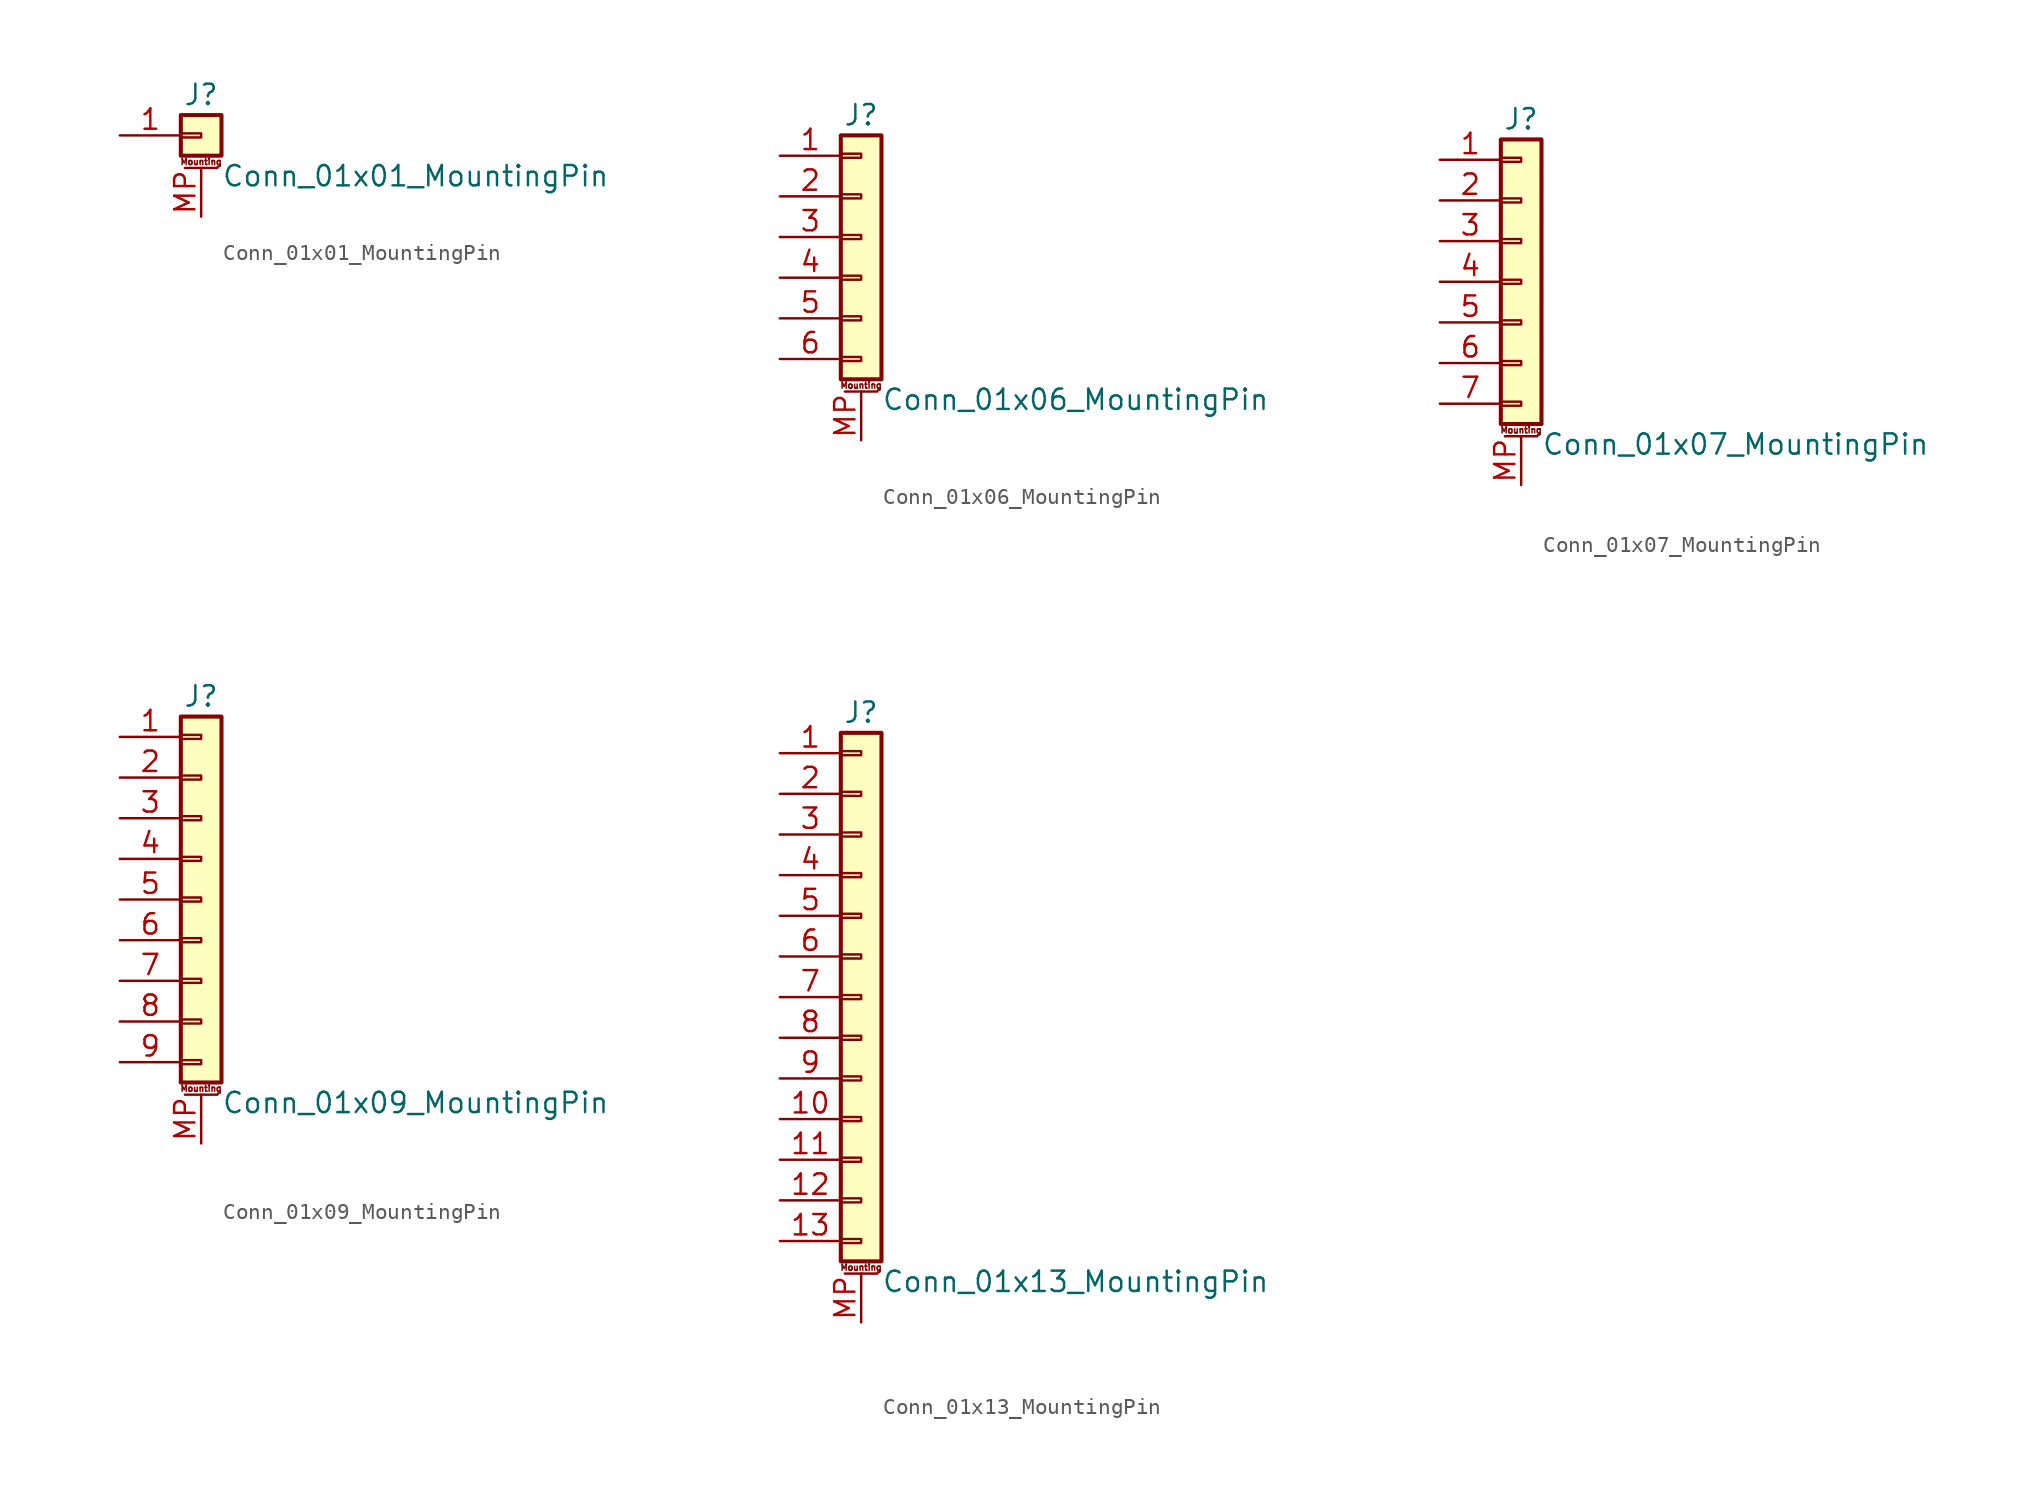
<source format=kicad_sym>
(kicad_symbol_lib
  (version 20201005)
  (generator kicad_symbol_editor)
  (symbol "Conn_01x01_MountingPin"
    (pin_names
      (offset 1.016) hide)
    (property "Reference" "J"
      (at 0 2.54 0)
      (effects (font (size 1.27 1.27))))
    (property "Value" "Conn_01x01_MountingPin"
      (at 1.27 -2.54 0)
      (effects (font (size 1.27 1.27)) (justify left)))
    (symbol "Conn_01x01_MountingPin_1_1"
      (text "Mounting" (at 0 -1.651 0) (effects (font (size 0.381 0.381))))
      (rectangle (start -1.27 0.127) (end 0 -0.127) (stroke (width 0.152)) (fill (type none)))
      (rectangle (start -1.27 1.27) (end 1.27 -1.27) (stroke (width 0.254)) (fill (type background)))
      (polyline (pts (xy -1.016 -2.032) (xy 1.016 -2.032)) (stroke (width 0.152)) (fill (type none)))
      (pin passive line (at -5.08 0 0) (length 3.81) (name "Pin_1" (effects (font (size 1.27 1.27)))) (number "1" (effects (font (size 1.27 1.27)))))
      (pin passive line (at 0 -5.08 90) (length 3.048) (name "MountPin" (effects (font (size 1.27 1.27)))) (number "MP" (effects (font (size 1.27 1.27)))))))
  (symbol "Conn_01x06_MountingPin"
    (pin_names
      (offset 1.016) hide)
    (property "Reference" "J"
      (at 0 7.62 0)
      (effects (font (size 1.27 1.27))))
    (property "Value" "Conn_01x06_MountingPin"
      (at 1.27 -10.16 0)
      (effects (font (size 1.27 1.27)) (justify left)))
    (symbol "Conn_01x06_MountingPin_1_1"
      (text "Mounting" (at 0 -9.271 0) (effects (font (size 0.381 0.381))))
      (rectangle (start -1.27 -7.493) (end 0 -7.747) (stroke (width 0.152)) (fill (type none)))
      (rectangle (start -1.27 -4.953) (end 0 -5.207) (stroke (width 0.152)) (fill (type none)))
      (rectangle (start -1.27 -2.413) (end 0 -2.667) (stroke (width 0.152)) (fill (type none)))
      (rectangle (start -1.27 0.127) (end 0 -0.127) (stroke (width 0.152)) (fill (type none)))
      (rectangle (start -1.27 2.667) (end 0 2.413) (stroke (width 0.152)) (fill (type none)))
      (rectangle (start -1.27 5.207) (end 0 4.953) (stroke (width 0.152)) (fill (type none)))
      (rectangle (start -1.27 6.35) (end 1.27 -8.89) (stroke (width 0.254)) (fill (type background)))
      (polyline (pts (xy -1.016 -9.652) (xy 1.016 -9.652)) (stroke (width 0.152)) (fill (type none)))
      (pin passive line (at -5.08 5.08 0) (length 3.81) (name "Pin_1" (effects (font (size 1.27 1.27)))) (number "1" (effects (font (size 1.27 1.27)))))
      (pin passive line (at -5.08 2.54 0) (length 3.81) (name "Pin_2" (effects (font (size 1.27 1.27)))) (number "2" (effects (font (size 1.27 1.27)))))
      (pin passive line (at -5.08 0 0) (length 3.81) (name "Pin_3" (effects (font (size 1.27 1.27)))) (number "3" (effects (font (size 1.27 1.27)))))
      (pin passive line (at -5.08 -2.54 0) (length 3.81) (name "Pin_4" (effects (font (size 1.27 1.27)))) (number "4" (effects (font (size 1.27 1.27)))))
      (pin passive line (at -5.08 -5.08 0) (length 3.81) (name "Pin_5" (effects (font (size 1.27 1.27)))) (number "5" (effects (font (size 1.27 1.27)))))
      (pin passive line (at -5.08 -7.62 0) (length 3.81) (name "Pin_6" (effects (font (size 1.27 1.27)))) (number "6" (effects (font (size 1.27 1.27)))))
      (pin passive line (at 0 -12.7 90) (length 3.048) (name "MountPin" (effects (font (size 1.27 1.27)))) (number "MP" (effects (font (size 1.27 1.27)))))))
  (symbol "Conn_01x07_MountingPin"
    (pin_names
      (offset 1.016) hide)
    (property "Reference" "J"
      (at 0 10.16 0)
      (effects (font (size 1.27 1.27))))
    (property "Value" "Conn_01x07_MountingPin"
      (at 1.27 -10.16 0)
      (effects (font (size 1.27 1.27)) (justify left)))
    (symbol "Conn_01x07_MountingPin_1_1"
      (text "Mounting" (at 0 -9.271 0) (effects (font (size 0.381 0.381))))
      (rectangle (start -1.27 -7.493) (end 0 -7.747) (stroke (width 0.152)) (fill (type none)))
      (rectangle (start -1.27 -4.953) (end 0 -5.207) (stroke (width 0.152)) (fill (type none)))
      (rectangle (start -1.27 -2.413) (end 0 -2.667) (stroke (width 0.152)) (fill (type none)))
      (rectangle (start -1.27 0.127) (end 0 -0.127) (stroke (width 0.152)) (fill (type none)))
      (rectangle (start -1.27 2.667) (end 0 2.413) (stroke (width 0.152)) (fill (type none)))
      (rectangle (start -1.27 5.207) (end 0 4.953) (stroke (width 0.152)) (fill (type none)))
      (rectangle (start -1.27 7.747) (end 0 7.493) (stroke (width 0.152)) (fill (type none)))
      (rectangle (start -1.27 8.89) (end 1.27 -8.89) (stroke (width 0.254)) (fill (type background)))
      (polyline (pts (xy -1.016 -9.652) (xy 1.016 -9.652)) (stroke (width 0.152)) (fill (type none)))
      (pin passive line (at -5.08 7.62 0) (length 3.81) (name "Pin_1" (effects (font (size 1.27 1.27)))) (number "1" (effects (font (size 1.27 1.27)))))
      (pin passive line (at -5.08 5.08 0) (length 3.81) (name "Pin_2" (effects (font (size 1.27 1.27)))) (number "2" (effects (font (size 1.27 1.27)))))
      (pin passive line (at -5.08 2.54 0) (length 3.81) (name "Pin_3" (effects (font (size 1.27 1.27)))) (number "3" (effects (font (size 1.27 1.27)))))
      (pin passive line (at -5.08 0 0) (length 3.81) (name "Pin_4" (effects (font (size 1.27 1.27)))) (number "4" (effects (font (size 1.27 1.27)))))
      (pin passive line (at -5.08 -2.54 0) (length 3.81) (name "Pin_5" (effects (font (size 1.27 1.27)))) (number "5" (effects (font (size 1.27 1.27)))))
      (pin passive line (at -5.08 -5.08 0) (length 3.81) (name "Pin_6" (effects (font (size 1.27 1.27)))) (number "6" (effects (font (size 1.27 1.27)))))
      (pin passive line (at -5.08 -7.62 0) (length 3.81) (name "Pin_7" (effects (font (size 1.27 1.27)))) (number "7" (effects (font (size 1.27 1.27)))))
      (pin passive line (at 0 -12.7 90) (length 3.048) (name "MountPin" (effects (font (size 1.27 1.27)))) (number "MP" (effects (font (size 1.27 1.27)))))))
  (symbol "Conn_01x09_MountingPin"
    (pin_names
      (offset 1.016) hide)
    (property "Reference" "J"
      (at 0 12.7 0)
      (effects (font (size 1.27 1.27))))
    (property "Value" "Conn_01x09_MountingPin"
      (at 1.27 -12.7 0)
      (effects (font (size 1.27 1.27)) (justify left)))
    (symbol "Conn_01x09_MountingPin_1_1"
      (text "Mounting" (at 0 -11.811 0) (effects (font (size 0.381 0.381))))
      (rectangle (start -1.27 -10.033) (end 0 -10.287) (stroke (width 0.152)) (fill (type none)))
      (rectangle (start -1.27 -7.493) (end 0 -7.747) (stroke (width 0.152)) (fill (type none)))
      (rectangle (start -1.27 -4.953) (end 0 -5.207) (stroke (width 0.152)) (fill (type none)))
      (rectangle (start -1.27 -2.413) (end 0 -2.667) (stroke (width 0.152)) (fill (type none)))
      (rectangle (start -1.27 0.127) (end 0 -0.127) (stroke (width 0.152)) (fill (type none)))
      (rectangle (start -1.27 2.667) (end 0 2.413) (stroke (width 0.152)) (fill (type none)))
      (rectangle (start -1.27 5.207) (end 0 4.953) (stroke (width 0.152)) (fill (type none)))
      (rectangle (start -1.27 7.747) (end 0 7.493) (stroke (width 0.152)) (fill (type none)))
      (rectangle (start -1.27 10.287) (end 0 10.033) (stroke (width 0.152)) (fill (type none)))
      (rectangle (start -1.27 11.43) (end 1.27 -11.43) (stroke (width 0.254)) (fill (type background)))
      (polyline (pts (xy -1.016 -12.192) (xy 1.016 -12.192)) (stroke (width 0.152)) (fill (type none)))
      (pin passive line (at -5.08 10.16 0) (length 3.81) (name "Pin_1" (effects (font (size 1.27 1.27)))) (number "1" (effects (font (size 1.27 1.27)))))
      (pin passive line (at -5.08 7.62 0) (length 3.81) (name "Pin_2" (effects (font (size 1.27 1.27)))) (number "2" (effects (font (size 1.27 1.27)))))
      (pin passive line (at -5.08 5.08 0) (length 3.81) (name "Pin_3" (effects (font (size 1.27 1.27)))) (number "3" (effects (font (size 1.27 1.27)))))
      (pin passive line (at -5.08 2.54 0) (length 3.81) (name "Pin_4" (effects (font (size 1.27 1.27)))) (number "4" (effects (font (size 1.27 1.27)))))
      (pin passive line (at -5.08 0 0) (length 3.81) (name "Pin_5" (effects (font (size 1.27 1.27)))) (number "5" (effects (font (size 1.27 1.27)))))
      (pin passive line (at -5.08 -2.54 0) (length 3.81) (name "Pin_6" (effects (font (size 1.27 1.27)))) (number "6" (effects (font (size 1.27 1.27)))))
      (pin passive line (at -5.08 -5.08 0) (length 3.81) (name "Pin_7" (effects (font (size 1.27 1.27)))) (number "7" (effects (font (size 1.27 1.27)))))
      (pin passive line (at -5.08 -7.62 0) (length 3.81) (name "Pin_8" (effects (font (size 1.27 1.27)))) (number "8" (effects (font (size 1.27 1.27)))))
      (pin passive line (at -5.08 -10.16 0) (length 3.81) (name "Pin_9" (effects (font (size 1.27 1.27)))) (number "9" (effects (font (size 1.27 1.27)))))
      (pin passive line (at 0 -15.24 90) (length 3.048) (name "MountPin" (effects (font (size 1.27 1.27)))) (number "MP" (effects (font (size 1.27 1.27)))))))
  (symbol "Conn_01x13_MountingPin"
    (pin_names
      (offset 1.016) hide)
    (property "Reference" "J"
      (at 0 17.78 0)
      (effects (font (size 1.27 1.27))))
    (property "Value" "Conn_01x13_MountingPin"
      (at 1.27 -17.78 0)
      (effects (font (size 1.27 1.27)) (justify left)))
    (symbol "Conn_01x13_MountingPin_1_1"
      (text "Mounting" (at 0 -16.891 0) (effects (font (size 0.381 0.381))))
      (rectangle (start -1.27 -15.113) (end 0 -15.367) (stroke (width 0.152)) (fill (type none)))
      (rectangle (start -1.27 -12.573) (end 0 -12.827) (stroke (width 0.152)) (fill (type none)))
      (rectangle (start -1.27 -10.033) (end 0 -10.287) (stroke (width 0.152)) (fill (type none)))
      (rectangle (start -1.27 -7.493) (end 0 -7.747) (stroke (width 0.152)) (fill (type none)))
      (rectangle (start -1.27 -4.953) (end 0 -5.207) (stroke (width 0.152)) (fill (type none)))
      (rectangle (start -1.27 -2.413) (end 0 -2.667) (stroke (width 0.152)) (fill (type none)))
      (rectangle (start -1.27 0.127) (end 0 -0.127) (stroke (width 0.152)) (fill (type none)))
      (rectangle (start -1.27 2.667) (end 0 2.413) (stroke (width 0.152)) (fill (type none)))
      (rectangle (start -1.27 5.207) (end 0 4.953) (stroke (width 0.152)) (fill (type none)))
      (rectangle (start -1.27 7.747) (end 0 7.493) (stroke (width 0.152)) (fill (type none)))
      (rectangle (start -1.27 10.287) (end 0 10.033) (stroke (width 0.152)) (fill (type none)))
      (rectangle (start -1.27 12.827) (end 0 12.573) (stroke (width 0.152)) (fill (type none)))
      (rectangle (start -1.27 15.367) (end 0 15.113) (stroke (width 0.152)) (fill (type none)))
      (rectangle (start -1.27 16.51) (end 1.27 -16.51) (stroke (width 0.254)) (fill (type background)))
      (polyline (pts (xy -1.016 -17.272) (xy 1.016 -17.272)) (stroke (width 0.152)) (fill (type none)))
      (pin passive line (at -5.08 15.24 0) (length 3.81) (name "Pin_1" (effects (font (size 1.27 1.27)))) (number "1" (effects (font (size 1.27 1.27)))))
      (pin passive line (at -5.08 -7.62 0) (length 3.81) (name "Pin_10" (effects (font (size 1.27 1.27)))) (number "10" (effects (font (size 1.27 1.27)))))
      (pin passive line (at -5.08 -10.16 0) (length 3.81) (name "Pin_11" (effects (font (size 1.27 1.27)))) (number "11" (effects (font (size 1.27 1.27)))))
      (pin passive line (at -5.08 -12.7 0) (length 3.81) (name "Pin_12" (effects (font (size 1.27 1.27)))) (number "12" (effects (font (size 1.27 1.27)))))
      (pin passive line (at -5.08 -15.24 0) (length 3.81) (name "Pin_13" (effects (font (size 1.27 1.27)))) (number "13" (effects (font (size 1.27 1.27)))))
      (pin passive line (at -5.08 12.7 0) (length 3.81) (name "Pin_2" (effects (font (size 1.27 1.27)))) (number "2" (effects (font (size 1.27 1.27)))))
      (pin passive line (at -5.08 10.16 0) (length 3.81) (name "Pin_3" (effects (font (size 1.27 1.27)))) (number "3" (effects (font (size 1.27 1.27)))))
      (pin passive line (at -5.08 7.62 0) (length 3.81) (name "Pin_4" (effects (font (size 1.27 1.27)))) (number "4" (effects (font (size 1.27 1.27)))))
      (pin passive line (at -5.08 5.08 0) (length 3.81) (name "Pin_5" (effects (font (size 1.27 1.27)))) (number "5" (effects (font (size 1.27 1.27)))))
      (pin passive line (at -5.08 2.54 0) (length 3.81) (name "Pin_6" (effects (font (size 1.27 1.27)))) (number "6" (effects (font (size 1.27 1.27)))))
      (pin passive line (at -5.08 0 0) (length 3.81) (name "Pin_7" (effects (font (size 1.27 1.27)))) (number "7" (effects (font (size 1.27 1.27)))))
      (pin passive line (at -5.08 -2.54 0) (length 3.81) (name "Pin_8" (effects (font (size 1.27 1.27)))) (number "8" (effects (font (size 1.27 1.27)))))
      (pin passive line (at -5.08 -5.08 0) (length 3.81) (name "Pin_9" (effects (font (size 1.27 1.27)))) (number "9" (effects (font (size 1.27 1.27)))))
      (pin passive line (at 0 -20.32 90) (length 3.048) (name "MountPin" (effects (font (size 1.27 1.27)))) (number "MP" (effects (font (size 1.27 1.27))))))))
</source>
